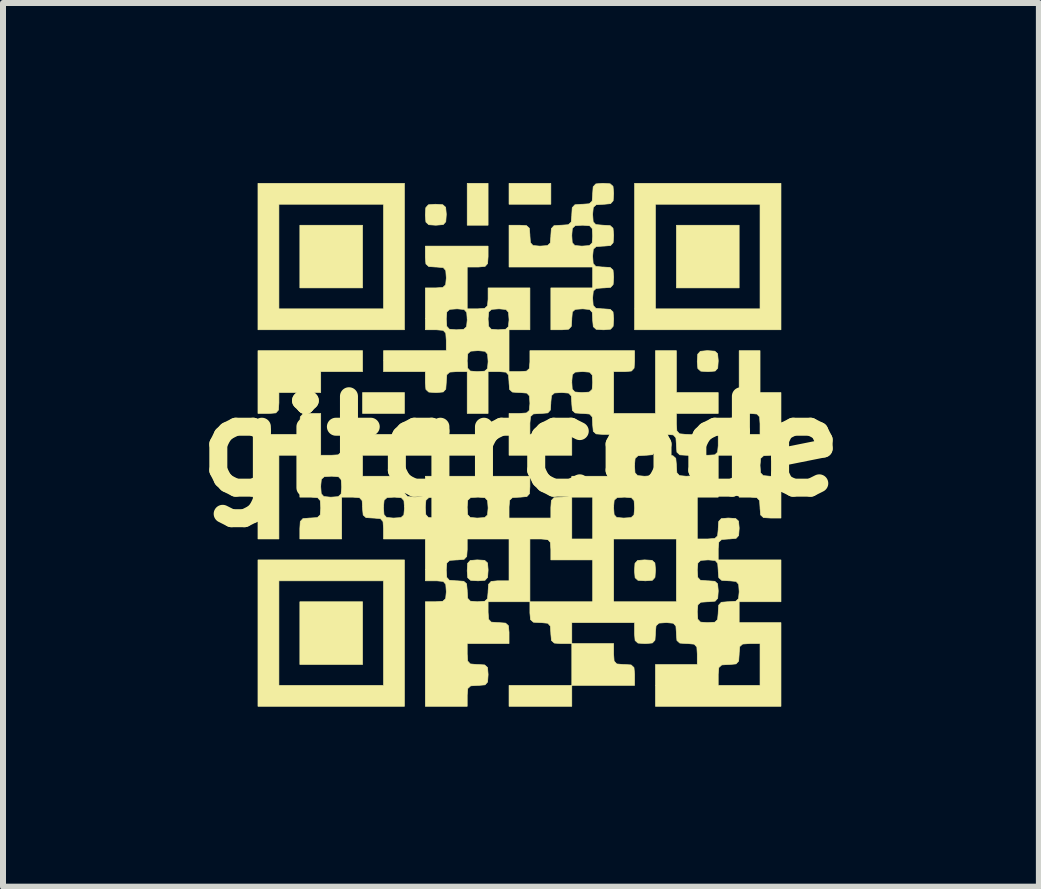
<source format=kicad_pcb>
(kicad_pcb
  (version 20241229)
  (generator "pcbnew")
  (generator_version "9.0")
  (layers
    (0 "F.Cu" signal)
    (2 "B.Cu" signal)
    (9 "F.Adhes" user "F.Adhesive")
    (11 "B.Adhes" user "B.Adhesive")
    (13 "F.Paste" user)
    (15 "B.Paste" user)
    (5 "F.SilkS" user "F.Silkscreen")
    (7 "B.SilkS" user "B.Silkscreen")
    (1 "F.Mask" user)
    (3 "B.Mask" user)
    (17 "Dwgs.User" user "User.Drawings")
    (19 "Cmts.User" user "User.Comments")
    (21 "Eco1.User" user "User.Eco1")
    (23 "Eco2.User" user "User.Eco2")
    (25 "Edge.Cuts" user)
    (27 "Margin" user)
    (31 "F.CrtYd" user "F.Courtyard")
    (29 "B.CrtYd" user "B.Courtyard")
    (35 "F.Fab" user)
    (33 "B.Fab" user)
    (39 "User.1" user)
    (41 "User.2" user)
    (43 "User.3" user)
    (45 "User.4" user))
  (footprint "gitqrcode"
    (layer "F.Cu")
    (at 5.632 4.388)
    (property "Reference" "gitqrcode" (at 0 0 0) (layer "F.SilkS") (effects (font (size 1.524 1.524) (thickness 0.3))))
    (attr through_hole)
    (fp_poly (pts (xy -2.64 -2.64) (xy -3.685 -2.64) (xy -3.685 -3.685) (xy -2.64 -3.685) (xy -2.64 -2.64)) (stroke (width 0.01) (type solid)) (fill yes) (layer "F.SilkS"))
    (fp_poly (pts (xy -2.64 3.636) (xy -3.685 3.636) (xy -3.685 2.59) (xy -2.64 2.59) (xy -2.64 3.636)) (stroke (width 0.01) (type solid)) (fill yes) (layer "F.SilkS"))
    (fp_poly (pts (xy -1.942 -0.548) (xy -2.64 -0.548) (xy -2.64 -0.896) (xy -1.942 -0.896) (xy -1.942 -0.548)) (stroke (width 0.01) (type solid)) (fill yes) (layer "F.SilkS"))
    (fp_poly (pts (xy -0.548 -3.685) (xy -0.896 -3.685) (xy -0.896 -4.383) (xy -0.548 -4.383) (xy -0.548 -3.685)) (stroke (width 0.01) (type solid)) (fill yes) (layer "F.SilkS"))
    (fp_poly (pts (xy 0.498 -4.034) (xy -0.199 -4.034) (xy -0.199 -4.383) (xy 0.498 -4.383) (xy 0.498 -4.034)) (stroke (width 0.01) (type solid)) (fill yes) (layer "F.SilkS"))
    (fp_poly (pts (xy 0.847 4.333) (xy -0.199 4.333) (xy -0.199 3.984) (xy 0.847 3.984) (xy 0.847 4.333)) (stroke (width 0.01) (type solid)) (fill yes) (layer "F.SilkS"))
    (fp_poly (pts (xy 3.636 -2.64) (xy 2.59 -2.64) (xy 2.59 -3.685) (xy 3.636 -3.685) (xy 3.636 -2.64)) (stroke (width 0.01) (type solid)) (fill yes) (layer "F.SilkS"))
    (fp_poly (pts (xy -1.942 -1.942) (xy -4.383 -1.942) (xy -4.383 -4.034) (xy -4.034 -4.034) (xy -4.034 -2.291) (xy -2.291 -2.291) (xy -2.291 -4.034) (xy -4.034 -4.034) (xy -4.383 -4.034) (xy -4.383 -4.383) (xy -1.942 -4.383) (xy -1.942 -1.942)) (stroke (width 0.01) (type solid)) (fill yes) (layer "F.SilkS"))
    (fp_poly (pts (xy -1.942 4.333) (xy -4.383 4.333) (xy -4.383 2.241) (xy -4.034 2.241) (xy -4.034 3.984) (xy -2.291 3.984) (xy -2.291 2.241) (xy -4.034 2.241) (xy -4.383 2.241) (xy -4.383 1.893) (xy -1.942 1.893) (xy -1.942 4.333)) (stroke (width 0.01) (type solid)) (fill yes) (layer "F.SilkS"))
    (fp_poly (pts (xy 4.333 -1.942) (xy 1.893 -1.942) (xy 1.893 -4.034) (xy 2.241 -4.034) (xy 2.241 -2.291) (xy 3.984 -2.291) (xy 3.984 -4.034) (xy 2.241 -4.034) (xy 1.893 -4.034) (xy 1.893 -4.383) (xy 4.333 -4.383) (xy 4.333 -1.942)) (stroke (width 0.01) (type solid)) (fill yes) (layer "F.SilkS"))
    (fp_poly (pts (xy -2.64 -1.245) (xy -3.337 -1.245) (xy -3.337 -0.896) (xy -4.034 -0.896) (xy -4.034 -0.722) (xy -4.042 -0.605) (xy -4.085 -0.557) (xy -4.195 -0.548) (xy -4.208 -0.548) (xy -4.383 -0.548) (xy -4.383 -1.594) (xy -2.64 -1.594) (xy -2.64 -1.245)) (stroke (width 0.01) (type solid)) (fill yes) (layer "F.SilkS"))
    (fp_poly (pts (xy 0.847 3.287) (xy 1.544 3.287) (xy 1.544 3.461) (xy 1.552 3.578) (xy 1.595 3.626) (xy 1.705 3.636) (xy 1.718 3.636) (xy 1.835 3.643) (xy 1.883 3.687) (xy 1.893 3.797) (xy 1.893 3.81) (xy 1.893 3.984) (xy 0.847 3.984) (xy 0.847 3.287)) (stroke (width 0.01) (type solid)) (fill yes) (layer "F.SilkS"))
    (fp_poly (pts (xy -1.303 -4.026) (xy -1.255 -3.983) (xy -1.245 -3.873) (xy -1.245 -3.86) (xy -1.253 -3.743) (xy -1.296 -3.695) (xy -1.406 -3.686) (xy -1.419 -3.685) (xy -1.536 -3.693) (xy -1.584 -3.737) (xy -1.594 -3.847) (xy -1.594 -3.86) (xy -1.586 -3.977) (xy -1.543 -4.025) (xy -1.433 -4.034) (xy -1.419 -4.034) (xy -1.303 -4.026)) (stroke (width 0.01) (type solid)) (fill yes) (layer "F.SilkS"))
    (fp_poly (pts (xy -0.605 1.9) (xy -0.557 1.944) (xy -0.548 2.054) (xy -0.548 2.067) (xy -0.556 2.184) (xy -0.599 2.232) (xy -0.709 2.241) (xy -0.722 2.241) (xy -0.839 2.233) (xy -0.887 2.19) (xy -0.896 2.08) (xy -0.896 2.067) (xy -0.889 1.95) (xy -0.845 1.902) (xy -0.735 1.893) (xy -0.722 1.893) (xy -0.605 1.9)) (stroke (width 0.01) (type solid)) (fill yes) (layer "F.SilkS"))
    (fp_poly (pts (xy 2.184 1.9) (xy 2.232 1.944) (xy 2.241 2.054) (xy 2.241 2.067) (xy 2.233 2.184) (xy 2.19 2.232) (xy 2.08 2.241) (xy 2.067 2.241) (xy 1.95 2.233) (xy 1.902 2.19) (xy 1.893 2.08) (xy 1.893 2.067) (xy 1.9 1.95) (xy 1.944 1.902) (xy 2.054 1.893) (xy 2.067 1.893) (xy 2.184 1.9)) (stroke (width 0.01) (type solid)) (fill yes) (layer "F.SilkS"))
    (fp_poly (pts (xy 3.23 -1.586) (xy 3.277 -1.543) (xy 3.287 -1.433) (xy 3.287 -1.419) (xy 3.279 -1.303) (xy 3.236 -1.255) (xy 3.126 -1.245) (xy 3.113 -1.245) (xy 2.996 -1.253) (xy 2.948 -1.296) (xy 2.938 -1.406) (xy 2.938 -1.419) (xy 2.946 -1.536) (xy 2.99 -1.584) (xy 3.099 -1.594) (xy 3.113 -1.594) (xy 3.23 -1.586)) (stroke (width 0.01) (type solid)) (fill yes) (layer "F.SilkS"))
    (fp_poly (pts (xy 1.486 -4.375) (xy 1.534 -4.332) (xy 1.544 -4.222) (xy 1.544 -4.208) (xy 1.536 -4.092) (xy 1.493 -4.044) (xy 1.383 -4.034) (xy 1.37 -4.034) (xy 1.253 -4.026) (xy 1.205 -3.983) (xy 1.195 -3.873) (xy 1.195 -3.86) (xy 1.203 -3.743) (xy 1.247 -3.695) (xy 1.356 -3.686) (xy 1.37 -3.685) (xy 1.486 -3.678) (xy 1.534 -3.634) (xy 1.544 -3.524) (xy 1.544 -3.511) (xy 1.536 -3.394) (xy 1.493 -3.346) (xy 1.383 -3.337) (xy 1.37 -3.337) (xy 1.253 -3.329) (xy 1.205 -3.286) (xy 1.195 -3.176) (xy 1.195 -3.163) (xy 1.203 -3.046) (xy 1.247 -2.998) (xy 1.356 -2.988) (xy 1.37 -2.988) (xy 1.486 -2.981) (xy 1.534 -2.937) (xy 1.544 -2.827) (xy 1.544 -2.814) (xy 1.536 -2.697) (xy 1.493 -2.649) (xy 1.383 -2.64) (xy 1.37 -2.64) (xy 1.253 -2.632) (xy 1.205 -2.588) (xy 1.195 -2.479) (xy 1.195 -2.465) (xy 1.203 -2.348) (xy 1.247 -2.301) (xy 1.356 -2.291) (xy 1.37 -2.291) (xy 1.486 -2.283) (xy 1.534 -2.24) (xy 1.544 -2.13) (xy 1.544 -2.117) (xy 1.536 -2) (xy 1.493 -1.952) (xy 1.383 -1.942) (xy 1.37 -1.942) (xy 1.253 -1.95) (xy 1.205 -1.994) (xy 1.195 -2.103) (xy 1.195 -2.117) (xy 1.188 -2.233) (xy 1.144 -2.281) (xy 1.034 -2.291) (xy 1.021 -2.291) (xy 0.904 -2.283) (xy 0.856 -2.24) (xy 0.847 -2.13) (xy 0.847 -2.117) (xy 0.839 -2) (xy 0.795 -1.952) (xy 0.686 -1.942) (xy 0.672 -1.942) (xy 0.498 -1.942) (xy 0.498 -2.64) (xy 1.195 -2.64) (xy 1.195 -2.988) (xy -0.199 -2.988) (xy -0.199 -3.685) (xy -0.025 -3.685) (xy 0.092 -3.678) (xy 0.14 -3.634) (xy 0.149 -3.524) (xy 0.149 -3.511) (xy 0.157 -3.394) (xy 0.201 -3.346) (xy 0.31 -3.337) (xy 0.324 -3.337) (xy 0.441 -3.345) (xy 0.488 -3.388) (xy 0.498 -3.498) (xy 0.498 -3.511) (xy 0.847 -3.511) (xy 0.854 -3.394) (xy 0.898 -3.346) (xy 1.008 -3.337) (xy 1.021 -3.337) (xy 1.138 -3.345) (xy 1.186 -3.388) (xy 1.195 -3.498) (xy 1.195 -3.511) (xy 1.188 -3.628) (xy 1.144 -3.676) (xy 1.034 -3.685) (xy 1.021 -3.685) (xy 0.904 -3.678) (xy 0.856 -3.634) (xy 0.847 -3.524) (xy 0.847 -3.511) (xy 0.498 -3.511) (xy 0.506 -3.628) (xy 0.549 -3.676) (xy 0.659 -3.685) (xy 0.672 -3.685) (xy 0.789 -3.693) (xy 0.837 -3.737) (xy 0.847 -3.847) (xy 0.847 -3.86) (xy 0.854 -3.977) (xy 0.898 -4.025) (xy 1.008 -4.034) (xy 1.021 -4.034) (xy 1.138 -4.042) (xy 1.186 -4.085) (xy 1.195 -4.195) (xy 1.195 -4.208) (xy 1.203 -4.325) (xy 1.247 -4.373) (xy 1.356 -4.383) (xy 1.37 -4.383) (xy 1.486 -4.375)) (stroke (width 0.01) (type solid)) (fill yes) (layer "F.SilkS"))
    (fp_poly (pts (xy 0.672 3.287) (xy 0.556 3.279) (xy 0.508 3.236) (xy 0.498 3.126) (xy 0.498 3.113) (xy 0.49 2.996) (xy 0.447 2.948) (xy 0.337 2.938) (xy 0.324 2.938) (xy 0.207 2.931) (xy 0.159 2.887) (xy 0.149 2.777) (xy 0.149 2.764) (xy 0.149 2.59) (xy -0.548 2.59) (xy -0.548 2.764) (xy -0.54 2.881) (xy -0.497 2.929) (xy -0.387 2.938) (xy -0.374 2.938) (xy -0.257 2.946) (xy -0.209 2.99) (xy -0.199 3.099) (xy -0.199 3.113) (xy -0.199 3.287) (xy -0.896 3.287) (xy -0.896 3.461) (xy -0.889 3.578) (xy -0.845 3.626) (xy -0.735 3.636) (xy -0.722 3.636) (xy -0.605 3.643) (xy -0.557 3.687) (xy -0.548 3.797) (xy -0.548 3.81) (xy -0.556 3.927) (xy -0.599 3.975) (xy -0.709 3.984) (xy -0.722 3.984) (xy -0.839 3.992) (xy -0.887 4.036) (xy -0.896 4.145) (xy -0.896 4.159) (xy -0.896 4.333) (xy -1.594 4.333) (xy -1.594 2.59) (xy -1.419 2.59) (xy -1.303 2.582) (xy -1.255 2.539) (xy -1.245 2.429) (xy -1.245 2.415) (xy -1.253 2.299) (xy -1.296 2.251) (xy -1.406 2.241) (xy -1.419 2.241) (xy -1.594 2.241) (xy -1.594 2.067) (xy -1.245 2.067) (xy -1.237 2.184) (xy -1.194 2.232) (xy -1.084 2.241) (xy -1.071 2.241) (xy -0.954 2.249) (xy -0.906 2.292) (xy -0.896 2.402) (xy -0.896 2.415) (xy -0.889 2.532) (xy -0.845 2.58) (xy -0.735 2.59) (xy -0.722 2.59) (xy -0.605 2.582) (xy -0.557 2.539) (xy -0.548 2.429) (xy -0.548 2.415) (xy -0.54 2.299) (xy -0.497 2.251) (xy -0.387 2.241) (xy -0.374 2.241) (xy -0.199 2.241) (xy -0.199 1.544) (xy 0.149 1.544) (xy 0.149 2.59) (xy 1.195 2.59) (xy 1.195 1.893) (xy 0.498 1.893) (xy 0.498 1.718) (xy 0.49 1.601) (xy 0.447 1.553) (xy 0.337 1.544) (xy 0.324 1.544) (xy 0.149 1.544) (xy -0.199 1.544) (xy -0.896 1.544) (xy -0.896 1.718) (xy -0.904 1.835) (xy -0.948 1.883) (xy -1.058 1.893) (xy -1.071 1.893) (xy -1.188 1.9) (xy -1.236 1.944) (xy -1.245 2.054) (xy -1.245 2.067) (xy -1.594 2.067) (xy -1.594 1.544) (xy -2.291 1.544) (xy -2.291 1.37) (xy -2.299 1.253) (xy -2.342 1.205) (xy -2.452 1.195) (xy -2.465 1.195) (xy -2.582 1.188) (xy -2.63 1.144) (xy -2.64 1.034) (xy -2.64 1.021) (xy -2.291 1.021) (xy -2.283 1.138) (xy -2.24 1.186) (xy -2.13 1.195) (xy -2.117 1.195) (xy -2 1.188) (xy -1.952 1.144) (xy -1.942 1.034) (xy -1.942 1.021) (xy -1.594 1.021) (xy -1.586 1.138) (xy -1.543 1.186) (xy -1.433 1.195) (xy -1.419 1.195) (xy -1.303 1.188) (xy -1.255 1.144) (xy -1.245 1.034) (xy -1.245 1.021) (xy -0.896 1.021) (xy -0.889 1.138) (xy -0.845 1.186) (xy -0.735 1.195) (xy -0.722 1.195) (xy -0.605 1.188) (xy -0.557 1.144) (xy -0.548 1.034) (xy -0.548 1.021) (xy -0.556 0.904) (xy -0.599 0.856) (xy -0.709 0.847) (xy -0.722 0.847) (xy -0.839 0.854) (xy -0.887 0.898) (xy -0.896 1.008) (xy -0.896 1.021) (xy -1.245 1.021) (xy -1.253 0.904) (xy -1.296 0.856) (xy -1.406 0.847) (xy -1.419 0.847) (xy -1.536 0.854) (xy -1.584 0.898) (xy -1.594 1.008) (xy -1.594 1.021) (xy -1.942 1.021) (xy -1.95 0.904) (xy -1.994 0.856) (xy -2.103 0.847) (xy -2.117 0.847) (xy -2.233 0.854) (xy -2.281 0.898) (xy -2.291 1.008) (xy -2.291 1.021) (xy -2.64 1.021) (xy -2.647 0.904) (xy -2.691 0.856) (xy -2.801 0.847) (xy -2.814 0.847) (xy -2.988 0.847) (xy -2.988 1.544) (xy -3.685 1.544) (xy -3.685 1.37) (xy -3.678 1.253) (xy -3.634 1.205) (xy -3.524 1.195) (xy -3.511 1.195) (xy -3.394 1.188) (xy -3.346 1.144) (xy -3.337 1.034) (xy -3.337 1.021) (xy -3.345 0.904) (xy -3.388 0.856) (xy -3.498 0.847) (xy -3.511 0.847) (xy -3.685 0.847) (xy -3.685 0.672) (xy -3.337 0.672) (xy -3.329 0.789) (xy -3.286 0.837) (xy -3.176 0.847) (xy -3.163 0.847) (xy -3.046 0.839) (xy -2.998 0.795) (xy -2.988 0.686) (xy -2.988 0.672) (xy -2.996 0.556) (xy -3.039 0.508) (xy -3.149 0.498) (xy -3.163 0.498) (xy -3.279 0.506) (xy -3.327 0.549) (xy -3.337 0.659) (xy -3.337 0.672) (xy -3.685 0.672) (xy -3.685 0.149) (xy -4.034 0.149) (xy -4.034 1.544) (xy -4.383 1.544) (xy -4.383 -0.199) (xy -3.685 -0.199) (xy -3.685 -0.374) (xy -3.678 -0.49) (xy -3.634 -0.538) (xy -3.524 -0.548) (xy -3.511 -0.548) (xy -3.337 -0.548) (xy -3.337 0.149) (xy -3.163 0.149) (xy -3.046 0.142) (xy -2.998 0.098) (xy -2.988 -0.012) (xy -2.988 -0.025) (xy -2.988 -0.199) (xy -0.548 -0.199) (xy -0.548 0.149) (xy -2.64 0.149) (xy -2.64 0.498) (xy -1.942 0.498) (xy -1.942 0.672) (xy -1.935 0.789) (xy -1.891 0.837) (xy -1.781 0.847) (xy -1.768 0.847) (xy -1.651 0.839) (xy -1.603 0.795) (xy -1.594 0.686) (xy -1.594 0.672) (xy -1.594 0.498) (xy 0.149 0.498) (xy 0.149 0.672) (xy 0.142 0.789) (xy 0.098 0.837) (xy -0.012 0.847) (xy -0.025 0.847) (xy -0.142 0.854) (xy -0.19 0.898) (xy -0.199 1.008) (xy -0.199 1.021) (xy -0.199 1.195) (xy 0.498 1.195) (xy 0.498 1.021) (xy 0.506 0.904) (xy 0.549 0.856) (xy 0.659 0.847) (xy 0.672 0.847) (xy 0.847 0.847) (xy 0.847 1.544) (xy 1.195 1.544) (xy 1.544 1.544) (xy 1.544 2.59) (xy 2.59 2.59) (xy 2.59 2.067) (xy 2.938 2.067) (xy 2.946 2.184) (xy 2.99 2.232) (xy 3.099 2.241) (xy 3.113 2.241) (xy 3.23 2.249) (xy 3.277 2.292) (xy 3.287 2.402) (xy 3.287 2.415) (xy 3.279 2.532) (xy 3.236 2.58) (xy 3.126 2.59) (xy 3.113 2.59) (xy 2.996 2.598) (xy 2.948 2.641) (xy 2.938 2.751) (xy 2.938 2.764) (xy 2.946 2.881) (xy 2.99 2.929) (xy 3.099 2.938) (xy 3.113 2.938) (xy 3.23 2.931) (xy 3.277 2.887) (xy 3.287 2.777) (xy 3.287 2.764) (xy 3.295 2.647) (xy 3.338 2.599) (xy 3.448 2.59) (xy 3.461 2.59) (xy 3.578 2.582) (xy 3.626 2.539) (xy 3.636 2.429) (xy 3.636 2.415) (xy 3.628 2.299) (xy 3.584 2.251) (xy 3.475 2.241) (xy 3.461 2.241) (xy 3.345 2.233) (xy 3.297 2.19) (xy 3.287 2.08) (xy 3.287 2.067) (xy 3.279 1.95) (xy 3.236 1.902) (xy 3.126 1.893) (xy 3.113 1.893) (xy 2.996 1.9) (xy 2.948 1.944) (xy 2.938 2.054) (xy 2.938 2.067) (xy 2.59 2.067) (xy 2.59 1.544) (xy 1.544 1.544) (xy 1.195 1.544) (xy 1.195 1.021) (xy 1.544 1.021) (xy 1.552 1.138) (xy 1.595 1.186) (xy 1.705 1.195) (xy 1.718 1.195) (xy 1.835 1.188) (xy 1.883 1.144) (xy 1.893 1.034) (xy 1.893 1.021) (xy 1.885 0.904) (xy 1.841 0.856) (xy 1.732 0.847) (xy 1.718 0.847) (xy 1.601 0.854) (xy 1.553 0.898) (xy 1.544 1.008) (xy 1.544 1.021) (xy 1.195 1.021) (xy 1.195 0.847) (xy 0.847 0.847) (xy 0.672 0.847) (xy 0.789 0.839) (xy 0.837 0.795) (xy 0.847 0.686) (xy 0.847 0.672) (xy 0.847 0.498) (xy 1.544 0.498) (xy 1.544 0.324) (xy 1.893 0.324) (xy 1.9 0.441) (xy 1.944 0.488) (xy 2.054 0.498) (xy 2.067 0.498) (xy 2.184 0.49) (xy 2.232 0.447) (xy 2.241 0.337) (xy 2.241 0.324) (xy 2.249 0.207) (xy 2.292 0.159) (xy 2.402 0.149) (xy 2.415 0.149) (xy 2.532 0.157) (xy 2.58 0.201) (xy 2.59 0.31) (xy 2.59 0.324) (xy 2.598 0.441) (xy 2.641 0.488) (xy 2.751 0.498) (xy 2.764 0.498) (xy 2.881 0.49) (xy 2.929 0.447) (xy 2.938 0.337) (xy 2.938 0.324) (xy 2.931 0.207) (xy 2.887 0.159) (xy 2.777 0.149) (xy 2.764 0.149) (xy 2.647 0.142) (xy 2.599 0.098) (xy 2.59 -0.012) (xy 2.59 -0.025) (xy 2.582 -0.142) (xy 2.539 -0.19) (xy 2.429 -0.199) (xy 2.415 -0.199) (xy 2.299 -0.192) (xy 2.251 -0.148) (xy 2.241 -0.038) (xy 2.241 -0.025) (xy 2.233 0.092) (xy 2.19 0.14) (xy 2.08 0.149) (xy 2.067 0.149) (xy 1.95 0.157) (xy 1.902 0.201) (xy 1.893 0.31) (xy 1.893 0.324) (xy 1.544 0.324) (xy 1.544 -0.199) (xy 1.37 -0.199) (xy 1.253 -0.207) (xy 1.205 -0.25) (xy 1.195 -0.36) (xy 1.195 -0.374) (xy 1.188 -0.49) (xy 1.144 -0.538) (xy 1.034 -0.548) (xy 1.021 -0.548) (xy 0.904 -0.556) (xy 0.856 -0.599) (xy 0.847 -0.709) (xy 0.847 -0.722) (xy 0.839 -0.839) (xy 0.795 -0.887) (xy 0.686 -0.896) (xy 0.672 -0.896) (xy 0.556 -0.889) (xy 0.508 -0.845) (xy 0.498 -0.735) (xy 0.498 -0.722) (xy 0.49 -0.605) (xy 0.447 -0.557) (xy 0.337 -0.548) (xy 0.324 -0.548) (xy 0.207 -0.54) (xy 0.159 -0.497) (xy 0.149 -0.387) (xy 0.149 -0.374) (xy 0.149 -0.199) (xy 0.847 -0.199) (xy 0.847 0.149) (xy -0.199 0.149) (xy -0.199 -0.548) (xy -0.025 -0.548) (xy 0.092 -0.556) (xy 0.14 -0.599) (xy 0.149 -0.709) (xy 0.149 -0.722) (xy 0.142 -0.839) (xy 0.098 -0.887) (xy -0.012 -0.896) (xy -0.025 -0.896) (xy -0.142 -0.904) (xy -0.19 -0.948) (xy -0.199 -1.058) (xy -0.199 -1.071) (xy 0.847 -1.071) (xy 0.854 -0.954) (xy 0.898 -0.906) (xy 1.008 -0.896) (xy 1.021 -0.896) (xy 1.138 -0.904) (xy 1.186 -0.948) (xy 1.195 -1.058) (xy 1.195 -1.071) (xy 1.188 -1.188) (xy 1.144 -1.236) (xy 1.034 -1.245) (xy 1.021 -1.245) (xy 0.904 -1.237) (xy 0.856 -1.194) (xy 0.847 -1.084) (xy 0.847 -1.071) (xy -0.199 -1.071) (xy -0.207 -1.188) (xy -0.25 -1.236) (xy -0.36 -1.245) (xy -0.374 -1.245) (xy -0.548 -1.245) (xy -0.548 -0.548) (xy -0.896 -0.548) (xy -0.896 -1.245) (xy -1.071 -1.245) (xy -1.188 -1.237) (xy -1.236 -1.194) (xy -1.245 -1.084) (xy -1.245 -1.071) (xy -1.253 -0.954) (xy -1.296 -0.906) (xy -1.406 -0.896) (xy -1.419 -0.896) (xy -1.536 -0.904) (xy -1.584 -0.948) (xy -1.594 -1.058) (xy -1.594 -1.071) (xy -1.594 -1.245) (xy -2.291 -1.245) (xy -2.291 -1.419) (xy -0.896 -1.419) (xy -0.889 -1.303) (xy -0.845 -1.255) (xy -0.735 -1.245) (xy -0.722 -1.245) (xy -0.605 -1.253) (xy -0.557 -1.296) (xy -0.548 -1.406) (xy -0.548 -1.419) (xy -0.556 -1.536) (xy -0.599 -1.584) (xy -0.709 -1.594) (xy -0.722 -1.594) (xy -0.839 -1.586) (xy -0.887 -1.543) (xy -0.896 -1.433) (xy -0.896 -1.419) (xy -2.291 -1.419) (xy -2.291 -1.594) (xy -1.245 -1.594) (xy -1.245 -1.768) (xy -1.253 -1.885) (xy -1.296 -1.933) (xy -1.406 -1.942) (xy -1.419 -1.942) (xy -1.594 -1.942) (xy -1.594 -2.117) (xy -1.245 -2.117) (xy -1.237 -2) (xy -1.194 -1.952) (xy -1.084 -1.942) (xy -1.071 -1.942) (xy -0.954 -1.95) (xy -0.906 -1.994) (xy -0.896 -2.103) (xy -0.896 -2.117) (xy -0.548 -2.117) (xy -0.54 -2) (xy -0.497 -1.952) (xy -0.387 -1.942) (xy -0.374 -1.942) (xy -0.257 -1.95) (xy -0.209 -1.994) (xy -0.199 -2.103) (xy -0.199 -2.117) (xy -0.207 -2.233) (xy -0.25 -2.281) (xy -0.36 -2.291) (xy -0.374 -2.291) (xy -0.49 -2.283) (xy -0.538 -2.24) (xy -0.548 -2.13) (xy -0.548 -2.117) (xy -0.896 -2.117) (xy -0.904 -2.233) (xy -0.948 -2.281) (xy -1.058 -2.291) (xy -1.071 -2.291) (xy -1.188 -2.283) (xy -1.236 -2.24) (xy -1.245 -2.13) (xy -1.245 -2.117) (xy -1.594 -2.117) (xy -1.594 -2.64) (xy -1.419 -2.64) (xy -1.303 -2.647) (xy -1.255 -2.691) (xy -1.245 -2.801) (xy -1.245 -2.814) (xy -1.253 -2.931) (xy -1.296 -2.979) (xy -1.406 -2.988) (xy -1.419 -2.988) (xy -1.536 -2.996) (xy -1.584 -3.039) (xy -1.594 -3.149) (xy -1.594 -3.163) (xy -1.594 -3.337) (xy -0.548 -3.337) (xy -0.548 -3.163) (xy -0.556 -3.046) (xy -0.599 -2.998) (xy -0.709 -2.988) (xy -0.722 -2.988) (xy -0.896 -2.988) (xy -0.896 -2.291) (xy -0.722 -2.291) (xy -0.605 -2.299) (xy -0.557 -2.342) (xy -0.548 -2.452) (xy -0.548 -2.465) (xy -0.548 -2.64) (xy 0.149 -2.64) (xy 0.149 -1.942) (xy -0.199 -1.942) (xy -0.199 -1.245) (xy -0.025 -1.245) (xy 0.092 -1.253) (xy 0.14 -1.296) (xy 0.149 -1.406) (xy 0.149 -1.419) (xy 0.149 -1.594) (xy 1.893 -1.594) (xy 1.893 -1.419) (xy 1.885 -1.303) (xy 1.841 -1.255) (xy 1.732 -1.245) (xy 1.718 -1.245) (xy 1.544 -1.245) (xy 1.544 -0.548) (xy 2.241 -0.548) (xy 2.241 -1.594) (xy 2.59 -1.594) (xy 2.59 -0.896) (xy 3.287 -0.896) (xy 3.287 -0.548) (xy 2.59 -0.548) (xy 2.59 -0.374) (xy 2.598 -0.257) (xy 2.641 -0.209) (xy 2.751 -0.199) (xy 2.764 -0.199) (xy 2.881 -0.192) (xy 2.929 -0.148) (xy 2.938 -0.038) (xy 2.938 -0.025) (xy 2.946 0.092) (xy 2.99 0.14) (xy 3.099 0.149) (xy 3.113 0.149) (xy 3.23 0.142) (xy 3.277 0.098) (xy 3.287 -0.012) (xy 3.287 -0.025) (xy 3.287 -0.199) (xy 3.984 -0.199) (xy 3.984 -0.374) (xy 3.977 -0.49) (xy 3.933 -0.538) (xy 3.823 -0.548) (xy 3.81 -0.548) (xy 3.636 -0.548) (xy 3.636 -1.594) (xy 3.984 -1.594) (xy 3.984 -0.896) (xy 4.333 -0.896) (xy 4.333 0.149) (xy 4.159 0.149) (xy 4.042 0.157) (xy 3.994 0.201) (xy 3.984 0.31) (xy 3.984 0.324) (xy 3.992 0.441) (xy 4.036 0.488) (xy 4.145 0.498) (xy 4.159 0.498) (xy 4.333 0.498) (xy 4.333 1.195) (xy 4.159 1.195) (xy 4.042 1.188) (xy 3.994 1.144) (xy 3.984 1.034) (xy 3.984 1.021) (xy 3.977 0.904) (xy 3.933 0.856) (xy 3.823 0.847) (xy 3.81 0.847) (xy 3.636 0.847) (xy 3.636 0.149) (xy 3.287 0.149) (xy 3.287 0.847) (xy 2.938 0.847) (xy 2.938 1.544) (xy 3.113 1.544) (xy 3.23 1.536) (xy 3.277 1.493) (xy 3.287 1.383) (xy 3.287 1.37) (xy 3.295 1.253) (xy 3.338 1.205) (xy 3.448 1.195) (xy 3.461 1.195) (xy 3.578 1.203) (xy 3.626 1.247) (xy 3.636 1.356) (xy 3.636 1.37) (xy 3.628 1.486) (xy 3.584 1.534) (xy 3.475 1.544) (xy 3.461 1.544) (xy 3.345 1.552) (xy 3.297 1.595) (xy 3.287 1.705) (xy 3.287 1.718) (xy 3.287 1.893) (xy 4.333 1.893) (xy 4.333 2.59) (xy 3.636 2.59) (xy 3.636 2.938) (xy 4.333 2.938) (xy 4.333 4.333) (xy 2.241 4.333) (xy 2.241 3.81) (xy 3.287 3.81) (xy 3.287 3.984) (xy 3.984 3.984) (xy 3.984 3.287) (xy 3.81 3.287) (xy 3.693 3.295) (xy 3.645 3.338) (xy 3.636 3.448) (xy 3.636 3.461) (xy 3.628 3.578) (xy 3.584 3.626) (xy 3.475 3.636) (xy 3.461 3.636) (xy 3.345 3.643) (xy 3.297 3.687) (xy 3.287 3.797) (xy 3.287 3.81) (xy 2.241 3.81) (xy 2.241 3.636) (xy 2.938 3.636) (xy 2.938 3.461) (xy 2.931 3.345) (xy 2.887 3.297) (xy 2.777 3.287) (xy 2.764 3.287) (xy 2.647 3.279) (xy 2.599 3.236) (xy 2.59 3.126) (xy 2.59 3.113) (xy 2.582 2.996) (xy 2.539 2.948) (xy 2.429 2.938) (xy 2.415 2.938) (xy 2.299 2.946) (xy 2.251 2.99) (xy 2.241 3.099) (xy 2.241 3.113) (xy 2.233 3.23) (xy 2.19 3.277) (xy 2.08 3.287) (xy 2.067 3.287) (xy 1.95 3.279) (xy 1.902 3.236) (xy 1.893 3.126) (xy 1.893 3.113) (xy 1.893 2.938) (xy 0.847 2.938) (xy 0.847 3.287) (xy 0.672 3.287)) (stroke (width 0.01) (type solid)) (fill yes) (layer "F.SilkS")))
  (gr_rect
    (start -3 -3)
    (end 14.263 11.726)
    (stroke (width 0.1) (type default))
    (fill no)
    (layer "Edge.Cuts")))
</source>
